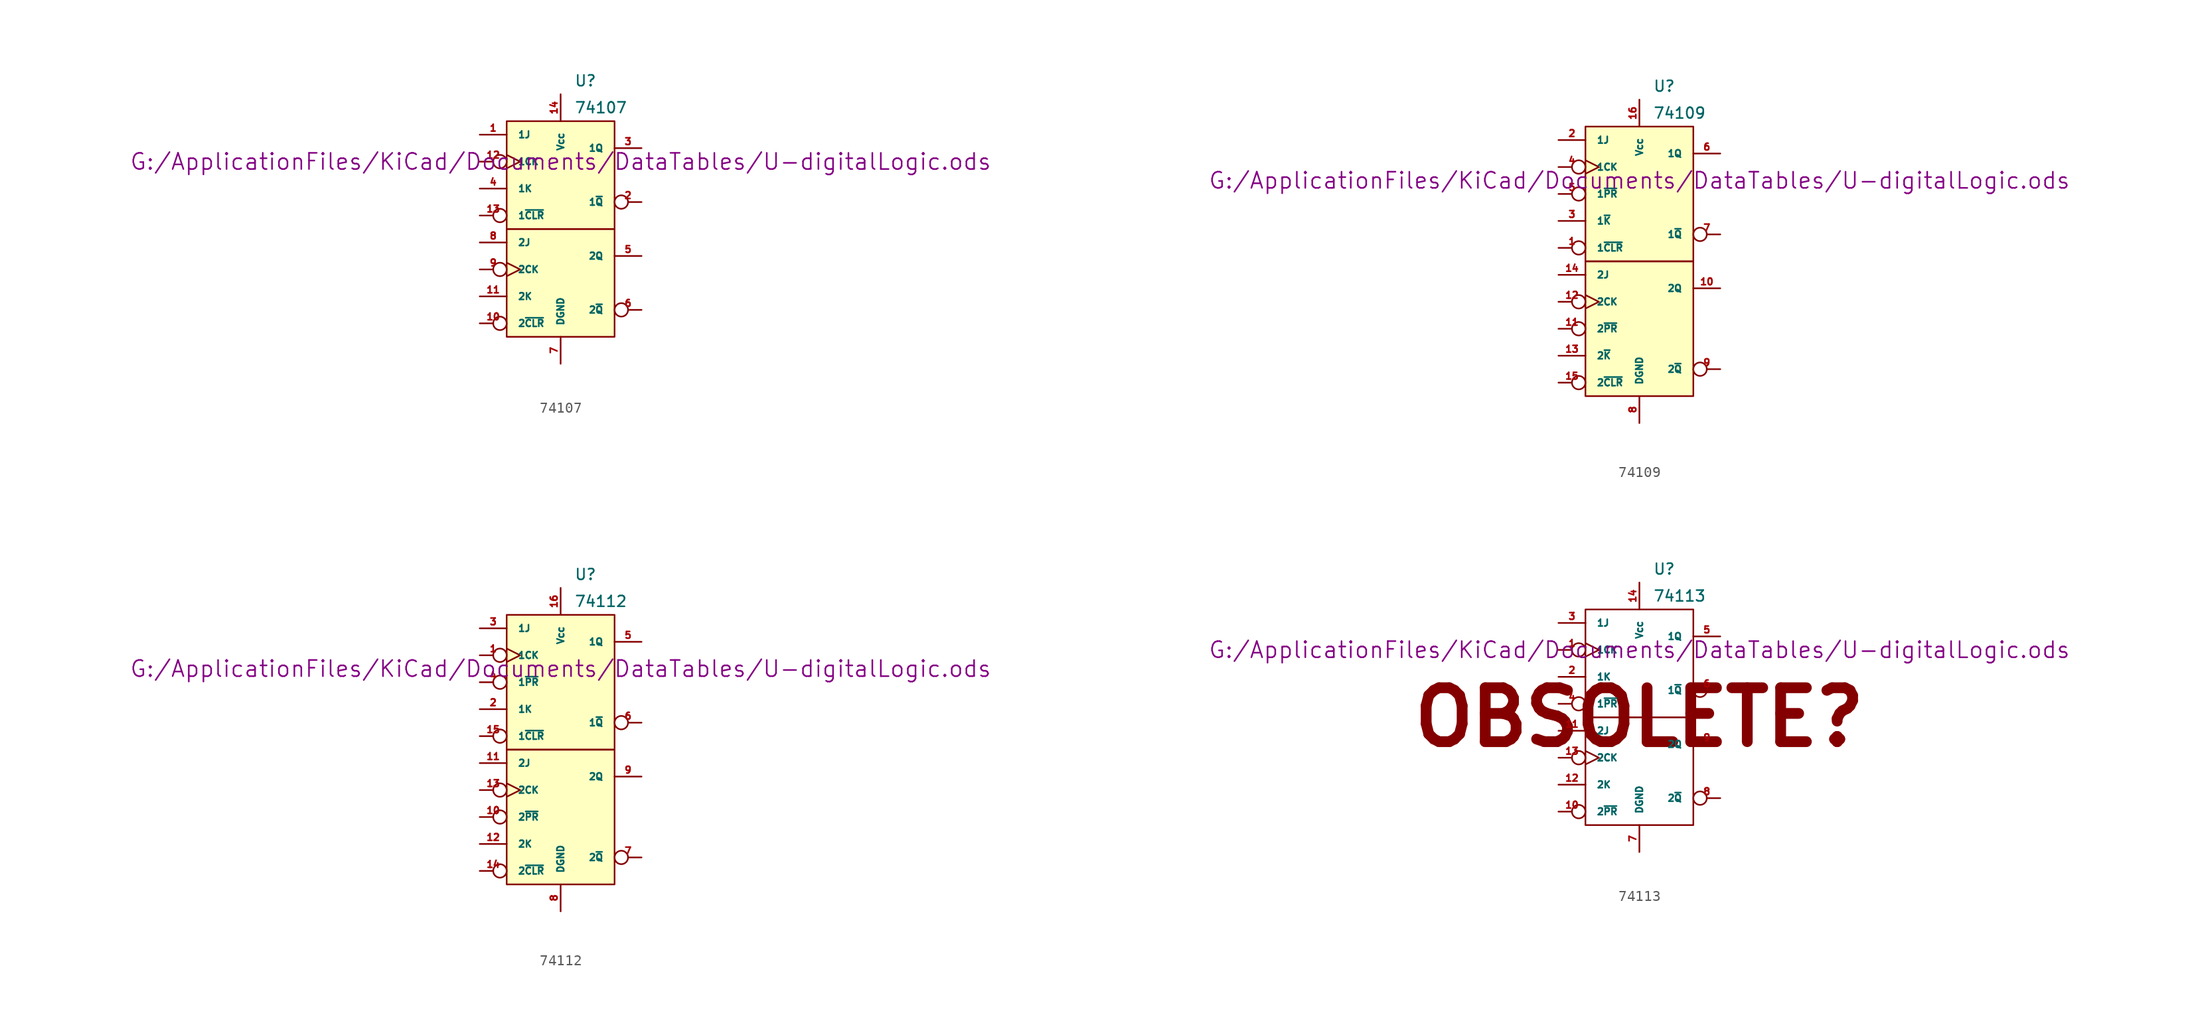
<source format=kicad_sym>
(kicad_symbol_lib
  (version 20211014)
  (generator kicad_symbol_editor)
  (symbol "74107"
    (pin_names
      (offset 1.016))
    (property "Reference" "U"
      (at 1.27 13.97 0)
      (effects (font (size 1.016 1.016)) (justify left)))
    (property "Value" "74107"
      (at 1.27 11.43 0)
      (effects (font (size 1.016 1.016)) (justify left)))
    (property "Footprint" ""
      (at 0 6.35 0)
      (effects (font (size 1.524 1.524))))
    (property "Datasheet" "G:/ApplicationFiles/KiCad/Documents/DataTables/U-digitalLogic.ods"
      (at 0 6.35 0)
      (effects (font (size 1.524 1.524))))
    (symbol "74107_0_1"
      (rectangle (start -5.08 0) (end 5.08 -10.16) (stroke (width 0) (type default) (color 0 0 0 0)) (fill (type background)))
      (rectangle (start -5.08 10.16) (end 5.08 0) (stroke (width 0) (type default) (color 0 0 0 0)) (fill (type background))))
    (symbol "74107_1_1"
      (pin input line (at -7.62 8.89 0) (length 2.54) (name "1J" (effects (font (size 0.635 0.635)))) (number "1" (effects (font (size 0.635 0.635)))))
      (pin input inverted (at -7.62 -8.89 0) (length 2.54) (name "2~{CLR}" (effects (font (size 0.635 0.635)))) (number "10" (effects (font (size 0.635 0.635)))))
      (pin input line (at -7.62 -6.35 0) (length 2.54) (name "2K" (effects (font (size 0.635 0.635)))) (number "11" (effects (font (size 0.635 0.635)))))
      (pin input inverted_clock (at -7.62 6.35 0) (length 2.54) (name "1CK" (effects (font (size 0.635 0.635)))) (number "12" (effects (font (size 0.635 0.635)))))
      (pin input inverted (at -7.62 1.27 0) (length 2.54) (name "1~{CLR}" (effects (font (size 0.635 0.635)))) (number "13" (effects (font (size 0.635 0.635)))))
      (pin power_in line (at 0 12.7 270) (length 2.54) (name "Vcc" (effects (font (size 0.635 0.635)))) (number "14" (effects (font (size 0.635 0.635)))))
      (pin output inverted (at 7.62 2.54 180) (length 2.54) (name "1~{Q}" (effects (font (size 0.635 0.635)))) (number "2" (effects (font (size 0.635 0.635)))))
      (pin output line (at 7.62 7.62 180) (length 2.54) (name "1Q" (effects (font (size 0.635 0.635)))) (number "3" (effects (font (size 0.635 0.635)))))
      (pin input line (at -7.62 3.81 0) (length 2.54) (name "1K" (effects (font (size 0.635 0.635)))) (number "4" (effects (font (size 0.635 0.635)))))
      (pin output line (at 7.62 -2.54 180) (length 2.54) (name "2Q" (effects (font (size 0.635 0.635)))) (number "5" (effects (font (size 0.635 0.635)))))
      (pin output inverted (at 7.62 -7.62 180) (length 2.54) (name "2~{Q}" (effects (font (size 0.635 0.635)))) (number "6" (effects (font (size 0.635 0.635)))))
      (pin power_in line (at 0 -12.7 90) (length 2.54) (name "DGND" (effects (font (size 0.635 0.635)))) (number "7" (effects (font (size 0.635 0.635)))))
      (pin input line (at -7.62 -1.27 0) (length 2.54) (name "2J" (effects (font (size 0.635 0.635)))) (number "8" (effects (font (size 0.635 0.635)))))
      (pin input inverted_clock (at -7.62 -3.81 0) (length 2.54) (name "2CK" (effects (font (size 0.635 0.635)))) (number "9" (effects (font (size 0.635 0.635)))))))
  (symbol "74109"
    (pin_names
      (offset 1.016))
    (property "Reference" "U"
      (at 1.27 16.51 0)
      (effects (font (size 1.016 1.016)) (justify left)))
    (property "Value" "74109"
      (at 1.27 13.97 0)
      (effects (font (size 1.016 1.016)) (justify left)))
    (property "Footprint" ""
      (at 0 7.62 0)
      (effects (font (size 1.524 1.524))))
    (property "Datasheet" "G:/ApplicationFiles/KiCad/Documents/DataTables/U-digitalLogic.ods"
      (at 0 7.62 0)
      (effects (font (size 1.524 1.524))))
    (symbol "74109_0_1"
      (rectangle (start -5.08 0) (end 5.08 -12.7) (stroke (width 0) (type default) (color 0 0 0 0)) (fill (type background)))
      (rectangle (start -5.08 12.7) (end 5.08 0) (stroke (width 0) (type default) (color 0 0 0 0)) (fill (type background))))
    (symbol "74109_1_1"
      (pin input inverted (at -7.62 1.27 0) (length 2.54) (name "1~{CLR}" (effects (font (size 0.635 0.635)))) (number "1" (effects (font (size 0.635 0.635)))))
      (pin output line (at 7.62 -2.54 180) (length 2.54) (name "2Q" (effects (font (size 0.635 0.635)))) (number "10" (effects (font (size 0.635 0.635)))))
      (pin input inverted (at -7.62 -6.35 0) (length 2.54) (name "2~{PR}" (effects (font (size 0.635 0.635)))) (number "11" (effects (font (size 0.635 0.635)))))
      (pin input inverted_clock (at -7.62 -3.81 0) (length 2.54) (name "2CK" (effects (font (size 0.635 0.635)))) (number "12" (effects (font (size 0.635 0.635)))))
      (pin input line (at -7.62 -8.89 0) (length 2.54) (name "2~{K}" (effects (font (size 0.635 0.635)))) (number "13" (effects (font (size 0.635 0.635)))))
      (pin input line (at -7.62 -1.27 0) (length 2.54) (name "2J" (effects (font (size 0.635 0.635)))) (number "14" (effects (font (size 0.635 0.635)))))
      (pin input inverted (at -7.62 -11.43 0) (length 2.54) (name "2~{CLR}" (effects (font (size 0.635 0.635)))) (number "15" (effects (font (size 0.635 0.635)))))
      (pin power_in line (at 0 15.24 270) (length 2.54) (name "Vcc" (effects (font (size 0.635 0.635)))) (number "16" (effects (font (size 0.635 0.635)))))
      (pin input line (at -7.62 11.43 0) (length 2.54) (name "1J" (effects (font (size 0.635 0.635)))) (number "2" (effects (font (size 0.635 0.635)))))
      (pin input line (at -7.62 3.81 0) (length 2.54) (name "1~{K}" (effects (font (size 0.635 0.635)))) (number "3" (effects (font (size 0.635 0.635)))))
      (pin input inverted_clock (at -7.62 8.89 0) (length 2.54) (name "1CK" (effects (font (size 0.635 0.635)))) (number "4" (effects (font (size 0.635 0.635)))))
      (pin input inverted (at -7.62 6.35 0) (length 2.54) (name "1~{PR}" (effects (font (size 0.635 0.635)))) (number "5" (effects (font (size 0.635 0.635)))))
      (pin output line (at 7.62 10.16 180) (length 2.54) (name "1Q" (effects (font (size 0.635 0.635)))) (number "6" (effects (font (size 0.635 0.635)))))
      (pin output inverted (at 7.62 2.54 180) (length 2.54) (name "1~{Q}" (effects (font (size 0.635 0.635)))) (number "7" (effects (font (size 0.635 0.635)))))
      (pin power_in line (at 0 -15.24 90) (length 2.54) (name "DGND" (effects (font (size 0.635 0.635)))) (number "8" (effects (font (size 0.635 0.635)))))
      (pin output inverted (at 7.62 -10.16 180) (length 2.54) (name "2~{Q}" (effects (font (size 0.635 0.635)))) (number "9" (effects (font (size 0.635 0.635)))))))
  (symbol "74112"
    (pin_names
      (offset 1.016))
    (property "Reference" "U"
      (at 1.27 16.51 0)
      (effects (font (size 1.016 1.016)) (justify left)))
    (property "Value" "74112"
      (at 1.27 13.97 0)
      (effects (font (size 1.016 1.016)) (justify left)))
    (property "Footprint" ""
      (at 0 7.62 0)
      (effects (font (size 1.524 1.524))))
    (property "Datasheet" "G:/ApplicationFiles/KiCad/Documents/DataTables/U-digitalLogic.ods"
      (at 0 7.62 0)
      (effects (font (size 1.524 1.524))))
    (symbol "74112_0_1"
      (rectangle (start -5.08 0) (end 5.08 -12.7) (stroke (width 0) (type default) (color 0 0 0 0)) (fill (type background)))
      (rectangle (start -5.08 12.7) (end 5.08 0) (stroke (width 0) (type default) (color 0 0 0 0)) (fill (type background))))
    (symbol "74112_1_1"
      (pin input inverted_clock (at -7.62 8.89 0) (length 2.54) (name "1CK" (effects (font (size 0.635 0.635)))) (number "1" (effects (font (size 0.635 0.635)))))
      (pin input inverted (at -7.62 -6.35 0) (length 2.54) (name "2~{PR}" (effects (font (size 0.635 0.635)))) (number "10" (effects (font (size 0.635 0.635)))))
      (pin input line (at -7.62 -1.27 0) (length 2.54) (name "2J" (effects (font (size 0.635 0.635)))) (number "11" (effects (font (size 0.635 0.635)))))
      (pin input line (at -7.62 -8.89 0) (length 2.54) (name "2K" (effects (font (size 0.635 0.635)))) (number "12" (effects (font (size 0.635 0.635)))))
      (pin input inverted_clock (at -7.62 -3.81 0) (length 2.54) (name "2CK" (effects (font (size 0.635 0.635)))) (number "13" (effects (font (size 0.635 0.635)))))
      (pin input inverted (at -7.62 -11.43 0) (length 2.54) (name "2~{CLR}" (effects (font (size 0.635 0.635)))) (number "14" (effects (font (size 0.635 0.635)))))
      (pin input inverted (at -7.62 1.27 0) (length 2.54) (name "1~{CLR}" (effects (font (size 0.635 0.635)))) (number "15" (effects (font (size 0.635 0.635)))))
      (pin power_in line (at 0 15.24 270) (length 2.54) (name "Vcc" (effects (font (size 0.635 0.635)))) (number "16" (effects (font (size 0.635 0.635)))))
      (pin input line (at -7.62 3.81 0) (length 2.54) (name "1K" (effects (font (size 0.635 0.635)))) (number "2" (effects (font (size 0.635 0.635)))))
      (pin input line (at -7.62 11.43 0) (length 2.54) (name "1J" (effects (font (size 0.635 0.635)))) (number "3" (effects (font (size 0.635 0.635)))))
      (pin input inverted (at -7.62 6.35 0) (length 2.54) (name "1~{PR}" (effects (font (size 0.635 0.635)))) (number "4" (effects (font (size 0.635 0.635)))))
      (pin output line (at 7.62 10.16 180) (length 2.54) (name "1Q" (effects (font (size 0.635 0.635)))) (number "5" (effects (font (size 0.635 0.635)))))
      (pin output inverted (at 7.62 2.54 180) (length 2.54) (name "1~{Q}" (effects (font (size 0.635 0.635)))) (number "6" (effects (font (size 0.635 0.635)))))
      (pin output inverted (at 7.62 -10.16 180) (length 2.54) (name "2~{Q}" (effects (font (size 0.635 0.635)))) (number "7" (effects (font (size 0.635 0.635)))))
      (pin power_in line (at 0 -15.24 90) (length 2.54) (name "DGND" (effects (font (size 0.635 0.635)))) (number "8" (effects (font (size 0.635 0.635)))))
      (pin output line (at 7.62 -2.54 180) (length 2.54) (name "2Q" (effects (font (size 0.635 0.635)))) (number "9" (effects (font (size 0.635 0.635)))))))
  (symbol "74113"
    (pin_names
      (offset 1.016))
    (property "Reference" "U"
      (at 1.27 13.97 0)
      (effects (font (size 1.016 1.016)) (justify left)))
    (property "Value" "74113"
      (at 1.27 11.43 0)
      (effects (font (size 1.016 1.016)) (justify left)))
    (property "Footprint" ""
      (at 0 6.35 0)
      (effects (font (size 1.524 1.524))))
    (property "Datasheet" "G:/ApplicationFiles/KiCad/Documents/DataTables/U-digitalLogic.ods"
      (at 0 6.35 0)
      (effects (font (size 1.524 1.524))))
    (symbol "74113_0_0"
      (text "OBSOLETE?" (at 0 0 0) (effects (font (size 5.08 5.08) bold))))
    (symbol "74113_0_1"
      (rectangle (start -5.08 0) (end 5.08 -10.16) (stroke (width 0) (type default) (color 0 0 0 0)) (fill (type none)))
      (rectangle (start -5.08 10.16) (end 5.08 0) (stroke (width 0) (type default) (color 0 0 0 0)) (fill (type none))))
    (symbol "74113_1_1"
      (pin input inverted_clock (at -7.62 6.35 0) (length 2.54) (name "1CK" (effects (font (size 0.635 0.635)))) (number "1" (effects (font (size 0.635 0.635)))))
      (pin input inverted (at -7.62 -8.89 0) (length 2.54) (name "2~{PR}" (effects (font (size 0.635 0.635)))) (number "10" (effects (font (size 0.635 0.635)))))
      (pin input line (at -7.62 -1.27 0) (length 2.54) (name "2J" (effects (font (size 0.635 0.635)))) (number "11" (effects (font (size 0.635 0.635)))))
      (pin input line (at -7.62 -6.35 0) (length 2.54) (name "2K" (effects (font (size 0.635 0.635)))) (number "12" (effects (font (size 0.635 0.635)))))
      (pin input inverted_clock (at -7.62 -3.81 0) (length 2.54) (name "2CK" (effects (font (size 0.635 0.635)))) (number "13" (effects (font (size 0.635 0.635)))))
      (pin power_in line (at 0 12.7 270) (length 2.54) (name "Vcc" (effects (font (size 0.635 0.635)))) (number "14" (effects (font (size 0.635 0.635)))))
      (pin input line (at -7.62 3.81 0) (length 2.54) (name "1K" (effects (font (size 0.635 0.635)))) (number "2" (effects (font (size 0.635 0.635)))))
      (pin input line (at -7.62 8.89 0) (length 2.54) (name "1J" (effects (font (size 0.635 0.635)))) (number "3" (effects (font (size 0.635 0.635)))))
      (pin input inverted (at -7.62 1.27 0) (length 2.54) (name "1~{PR}" (effects (font (size 0.635 0.635)))) (number "4" (effects (font (size 0.635 0.635)))))
      (pin output line (at 7.62 7.62 180) (length 2.54) (name "1Q" (effects (font (size 0.635 0.635)))) (number "5" (effects (font (size 0.635 0.635)))))
      (pin output inverted (at 7.62 2.54 180) (length 2.54) (name "1~{Q}" (effects (font (size 0.635 0.635)))) (number "6" (effects (font (size 0.635 0.635)))))
      (pin power_in line (at 0 -12.7 90) (length 2.54) (name "DGND" (effects (font (size 0.635 0.635)))) (number "7" (effects (font (size 0.635 0.635)))))
      (pin output inverted (at 7.62 -7.62 180) (length 2.54) (name "2~{Q}" (effects (font (size 0.635 0.635)))) (number "8" (effects (font (size 0.635 0.635)))))
      (pin output line (at 7.62 -2.54 180) (length 2.54) (name "2Q" (effects (font (size 0.635 0.635)))) (number "9" (effects (font (size 0.635 0.635))))))))
</source>
